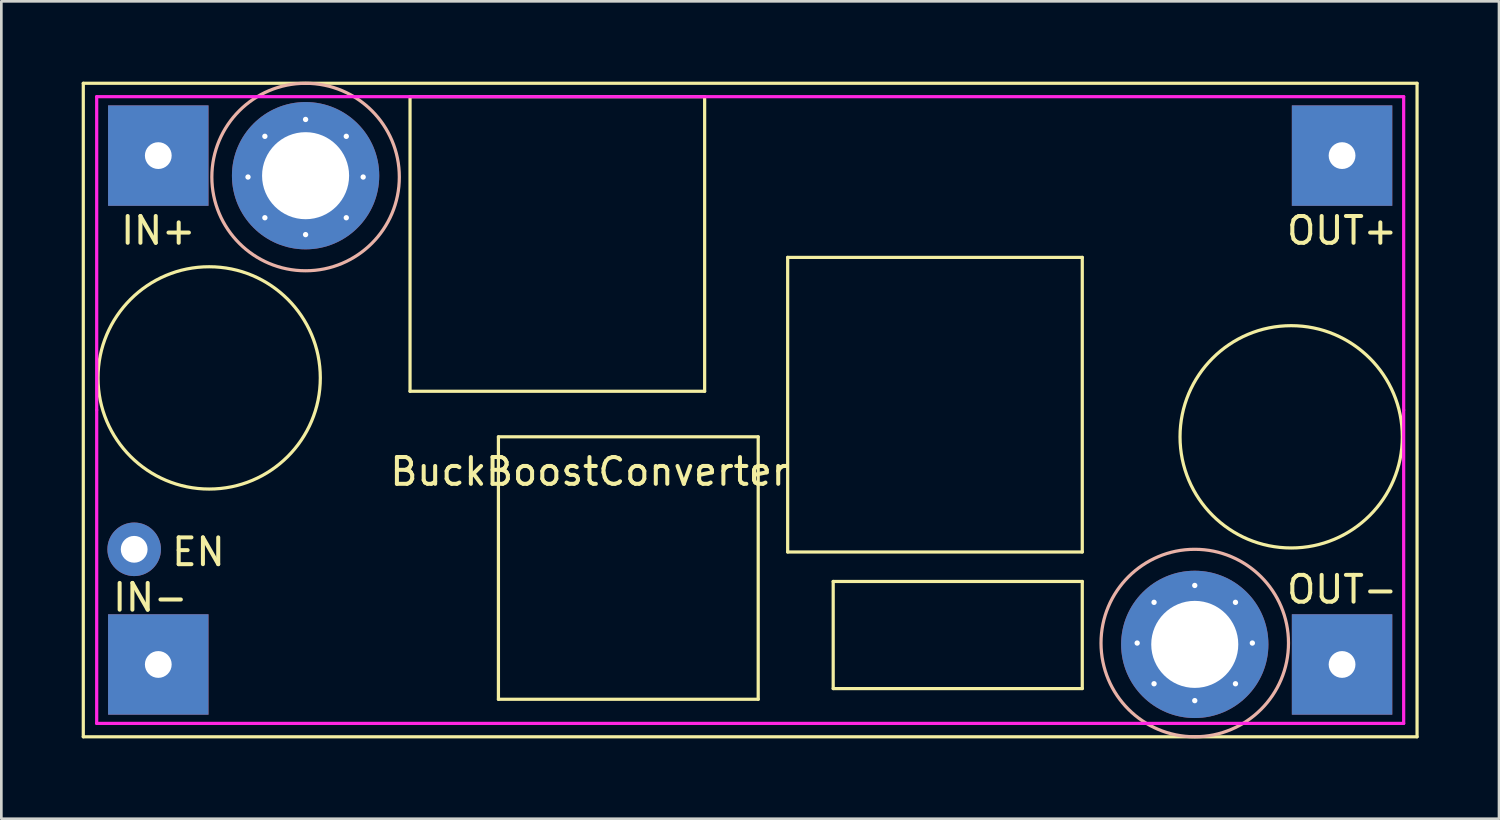
<source format=kicad_pcb>
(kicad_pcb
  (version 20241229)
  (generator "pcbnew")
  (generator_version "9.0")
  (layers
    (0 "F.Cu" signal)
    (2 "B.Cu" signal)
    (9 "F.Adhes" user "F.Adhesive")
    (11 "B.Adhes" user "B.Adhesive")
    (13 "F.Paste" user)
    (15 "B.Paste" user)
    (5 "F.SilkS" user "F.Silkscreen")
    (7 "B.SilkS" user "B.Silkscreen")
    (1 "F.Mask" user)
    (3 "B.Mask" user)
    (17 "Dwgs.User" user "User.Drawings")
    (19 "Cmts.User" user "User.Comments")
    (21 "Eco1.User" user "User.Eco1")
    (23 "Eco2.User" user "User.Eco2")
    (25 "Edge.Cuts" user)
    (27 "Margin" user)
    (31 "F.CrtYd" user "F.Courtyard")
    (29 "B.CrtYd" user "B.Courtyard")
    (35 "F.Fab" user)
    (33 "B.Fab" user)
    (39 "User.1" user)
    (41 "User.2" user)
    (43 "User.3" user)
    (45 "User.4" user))
  (footprint "BuckBoostConverter"
    (layer "F.Cu")
    (at 24.96 12.26)
    (property "Reference" "BuckBoostConverter" (at -6 2.3 0) (layer "F.SilkS") (effects (font (size 1 1) (thickness 0.15))))
    (attr through_hole)
    (fp_line (start -24.9 -12.2) (end -24.9 12.2) (stroke (width 0.12) (type solid)) (layer "F.SilkS"))
    (fp_line (start -24.9 12.2) (end 24.9 12.2) (stroke (width 0.12) (type solid)) (layer "F.SilkS"))
    (fp_line (start -12.7 -11.7) (end -12.7 -0.7) (stroke (width 0.12) (type solid)) (layer "F.SilkS"))
    (fp_line (start -12.7 -11.7) (end -1.7 -11.7) (stroke (width 0.12) (type solid)) (layer "F.SilkS"))
    (fp_line (start -9.4 1) (end -9.4 10.8) (stroke (width 0.12) (type solid)) (layer "F.SilkS"))
    (fp_line (start -9.4 10.8) (end 0.3 10.8) (stroke (width 0.12) (type solid)) (layer "F.SilkS"))
    (fp_line (start -1.7 -11.7) (end -1.7 -0.7) (stroke (width 0.12) (type solid)) (layer "F.SilkS"))
    (fp_line (start -1.7 -0.7) (end -12.7 -0.7) (stroke (width 0.12) (type solid)) (layer "F.SilkS"))
    (fp_line (start 0.3 1) (end -9.4 1) (stroke (width 0.12) (type solid)) (layer "F.SilkS"))
    (fp_line (start 0.3 10.8) (end 0.3 1) (stroke (width 0.12) (type solid)) (layer "F.SilkS"))
    (fp_line (start 1.4 -5.7) (end 12.4 -5.7) (stroke (width 0.12) (type solid)) (layer "F.SilkS"))
    (fp_line (start 1.4 5.3) (end 1.4 -5.7) (stroke (width 0.12) (type solid)) (layer "F.SilkS"))
    (fp_line (start 3.1 6.4) (end 12.4 6.4) (stroke (width 0.12) (type solid)) (layer "F.SilkS"))
    (fp_line (start 3.1 10.4) (end 3.1 6.4) (stroke (width 0.12) (type solid)) (layer "F.SilkS"))
    (fp_line (start 12.4 -5.7) (end 12.4 5.3) (stroke (width 0.12) (type solid)) (layer "F.SilkS"))
    (fp_line (start 12.4 5.3) (end 1.4 5.3) (stroke (width 0.12) (type solid)) (layer "F.SilkS"))
    (fp_line (start 12.4 6.4) (end 12.4 10.4) (stroke (width 0.12) (type solid)) (layer "F.SilkS"))
    (fp_line (start 12.4 10.4) (end 3.1 10.4) (stroke (width 0.12) (type solid)) (layer "F.SilkS"))
    (fp_line (start 24.9 -12.2) (end -24.9 -12.2) (stroke (width 0.12) (type solid)) (layer "F.SilkS"))
    (fp_line (start 24.9 12.2) (end 24.9 -12.2) (stroke (width 0.12) (type solid)) (layer "F.SilkS"))
    (fp_circle (center -20.2 -1.2) (end -16.05 -1.2) (stroke (width 0.12) (type solid)) (fill no) (layer "F.SilkS"))
    (fp_circle (center 20.2 1) (end 24.35 1) (stroke (width 0.12) (type solid)) (fill no) (layer "F.SilkS"))
    (fp_circle (center -16.6 -8.7) (end -16.6 -12.2) (stroke (width 0.12) (type solid)) (fill no) (layer "B.SilkS"))
    (fp_circle (center 16.6 8.7) (end 16.6 5.2) (stroke (width 0.12) (type solid)) (fill no) (layer "B.SilkS"))
    (fp_line (start -24.4 -11.7) (end 24.4 -11.7) (stroke (width 0.12) (type solid)) (layer "F.CrtYd"))
    (fp_line (start -24.4 0) (end -24.4 -11.7) (stroke (width 0.12) (type solid)) (layer "F.CrtYd"))
    (fp_line (start -24.4 11.7) (end -24.4 0) (stroke (width 0.12) (type solid)) (layer "F.CrtYd"))
    (fp_line (start 24.4 -11.7) (end 24.4 0) (stroke (width 0.12) (type solid)) (layer "F.CrtYd"))
    (fp_line (start 24.4 0) (end 24.4 11.7) (stroke (width 0.12) (type solid)) (layer "F.CrtYd"))
    (fp_line (start 24.4 11.7) (end -24.4 11.7) (stroke (width 0.12) (type solid)) (layer "F.CrtYd"))
    (fp_text user "IN+" (at -22.1 -6.7 0) (layer "F.SilkS") (effects (font (size 1 1) (thickness 0.15))))
    (fp_text user "EN" (at -20.6 5.3 0) (layer "F.SilkS") (effects (font (size 1 1) (thickness 0.15))))
    (fp_text user "OUT-" (at 22.1 6.7 0) (layer "F.SilkS") (effects (font (size 1 1) (thickness 0.15))))
    (fp_text user "IN-" (at -22.4 7 0) (layer "F.SilkS") (effects (font (size 1 1) (thickness 0.15))))
    (fp_text user "OUT+" (at 22.1 -6.7 0) (layer "F.SilkS") (effects (font (size 1 1) (thickness 0.15))))
    (pad "" thru_hole circle (at -18.75 -8.7) (size 0.5 0.5) (drill 0.2) (layers "*.Cu"))
    (pad "" thru_hole circle (at -18.12 -10.22) (size 0.5 0.5) (drill 0.2) (layers "*.Cu"))
    (pad "" thru_hole circle (at -18.12 -7.18) (size 0.5 0.5) (drill 0.2) (layers "*.Cu"))
    (pad "" thru_hole circle (at -16.6 -10.85) (size 0.5 0.5) (drill 0.2) (layers "*.Cu"))
    (pad "" thru_hole circle (at -16.6 -8.75) (size 5.5 5.5) (drill 3.25) (layers "*.Cu" "*.Mask"))
    (pad "" thru_hole circle (at -16.6 -6.55) (size 0.5 0.5) (drill 0.2) (layers "*.Cu"))
    (pad "" thru_hole circle (at -15.08 -10.22) (size 0.5 0.5) (drill 0.2) (layers "*.Cu"))
    (pad "" thru_hole circle (at -15.08 -7.18) (size 0.5 0.5) (drill 0.2) (layers "*.Cu"))
    (pad "" thru_hole circle (at -14.45 -8.7) (size 0.5 0.5) (drill 0.2) (layers "*.Cu"))
    (pad "" thru_hole circle (at 14.45 8.7) (size 0.5 0.5) (drill 0.2) (layers "*.Cu"))
    (pad "" thru_hole circle (at 15.08 7.18) (size 0.5 0.5) (drill 0.2) (layers "*.Cu"))
    (pad "" thru_hole circle (at 15.08 10.22) (size 0.5 0.5) (drill 0.2) (layers "*.Cu"))
    (pad "" thru_hole circle (at 16.6 6.55) (size 0.5 0.5) (drill 0.2) (layers "*.Cu"))
    (pad "" thru_hole circle (at 16.6 8.75) (size 5.5 5.5) (drill 3.25) (layers "*.Cu" "*.Mask"))
    (pad "" thru_hole circle (at 16.6 10.85) (size 0.5 0.5) (drill 0.2) (layers "*.Cu"))
    (pad "" thru_hole circle (at 18.12 7.18) (size 0.5 0.5) (drill 0.2) (layers "*.Cu"))
    (pad "" thru_hole circle (at 18.12 10.22) (size 0.5 0.5) (drill 0.2) (layers "*.Cu"))
    (pad "" thru_hole circle (at 18.75 8.7) (size 0.5 0.5) (drill 0.2) (layers "*.Cu"))
    (pad "1" thru_hole rect (at -22.1 -9.5) (size 3.75 3.75) (drill 1) (layers "*.Cu" "*.Mask"))
    (pad "2" thru_hole rect (at -22.1 9.5) (size 3.75 3.75) (drill 1) (layers "*.Cu" "*.Mask"))
    (pad "3" thru_hole rect (at 22.1 -9.5) (size 3.75 3.75) (drill 1) (layers "*.Cu" "*.Mask"))
    (pad "4" thru_hole rect (at 22.1 9.5) (size 3.75 3.75) (drill 1) (layers "*.Cu" "*.Mask"))
    (pad "5" thru_hole circle (at -23 5.2) (size 2 2) (drill 1) (layers "*.Cu" "*.Mask")))
  (gr_rect
    (start -3 -3)
    (end 52.92 27.52)
    (stroke (width 0.1) (type default))
    (fill no)
    (layer "Edge.Cuts")))
</source>
